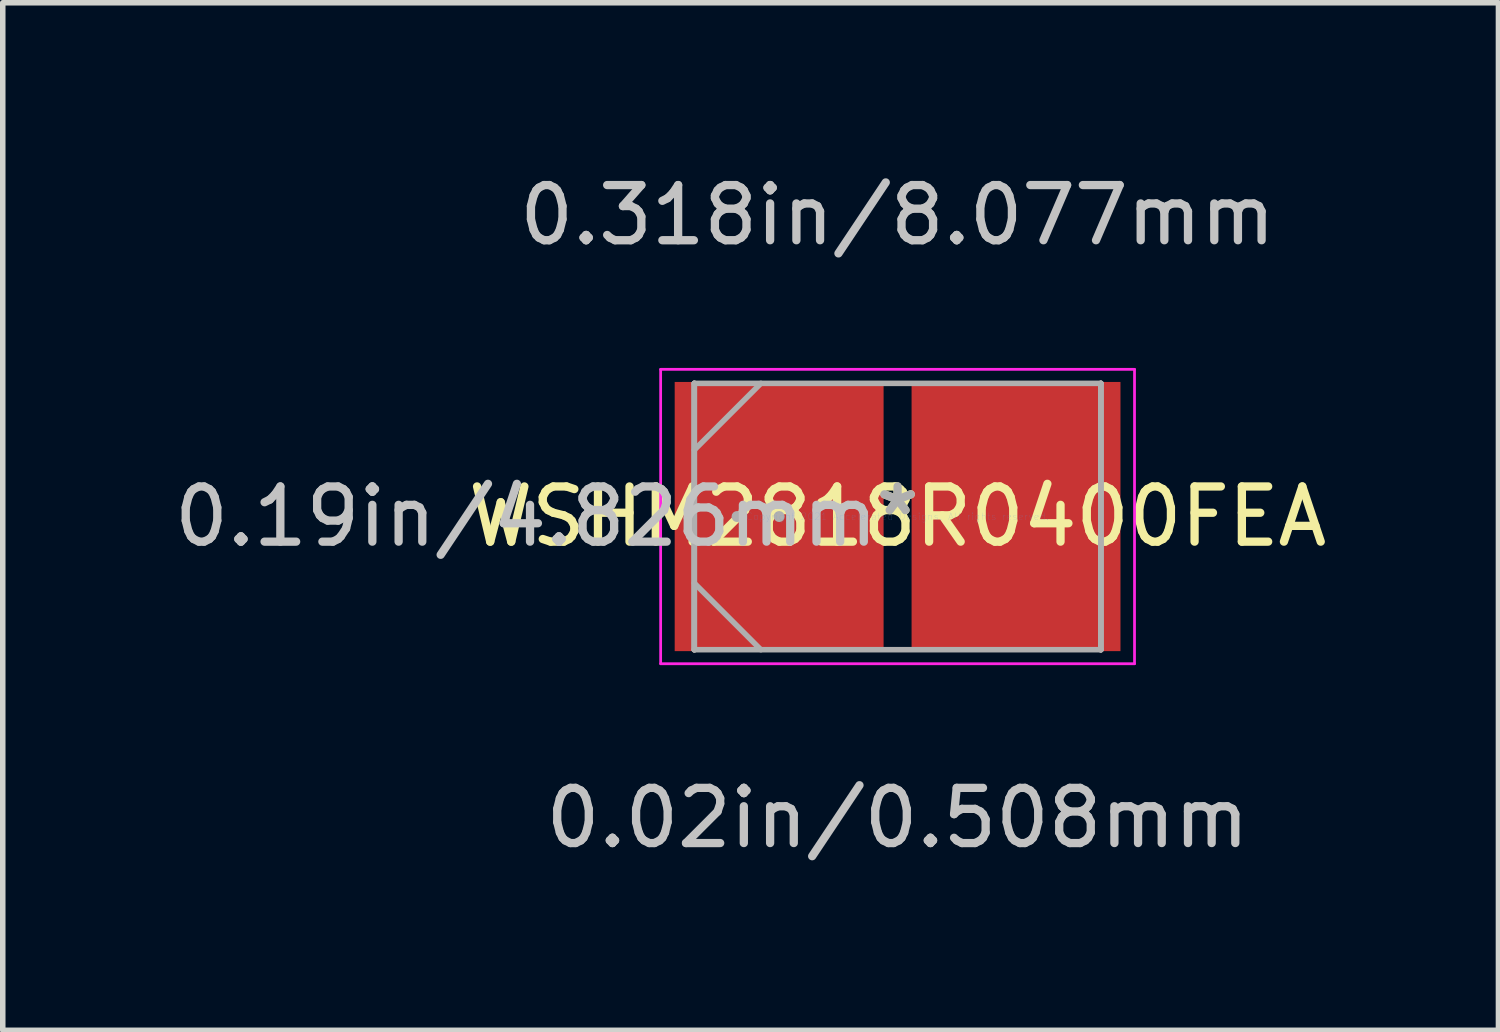
<source format=kicad_pcb>
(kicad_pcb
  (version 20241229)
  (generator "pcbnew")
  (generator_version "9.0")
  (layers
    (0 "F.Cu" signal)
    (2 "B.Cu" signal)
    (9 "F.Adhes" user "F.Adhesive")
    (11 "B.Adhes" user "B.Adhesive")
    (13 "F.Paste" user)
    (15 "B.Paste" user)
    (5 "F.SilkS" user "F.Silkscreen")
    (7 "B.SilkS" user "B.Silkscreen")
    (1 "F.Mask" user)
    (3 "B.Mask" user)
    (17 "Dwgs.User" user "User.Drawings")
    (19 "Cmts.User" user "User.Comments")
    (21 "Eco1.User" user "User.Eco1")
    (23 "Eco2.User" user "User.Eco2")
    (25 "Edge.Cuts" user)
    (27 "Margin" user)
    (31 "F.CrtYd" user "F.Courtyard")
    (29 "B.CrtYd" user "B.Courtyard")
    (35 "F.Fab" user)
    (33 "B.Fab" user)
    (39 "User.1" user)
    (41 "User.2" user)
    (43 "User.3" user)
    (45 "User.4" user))
  (footprint "WSHM2818R0400FEA"
    (layer "F.Cu")
    (at 13.213 6.309)
    (property "Reference" "WSHM2818R0400FEA" (at 0 0 0) (layer "F.SilkS") (effects (font (size 1 1) (thickness 0.15))))
    (attr through_hole)
    (fp_line (start -4.293 -2.667) (end 4.293 -2.667) (stroke (width 0.05) (type solid)) (layer "F.CrtYd"))
    (fp_line (start -4.293 2.667) (end -4.293 -2.667) (stroke (width 0.05) (type solid)) (layer "F.CrtYd"))
    (fp_line (start 4.293 -2.667) (end 4.293 2.667) (stroke (width 0.05) (type solid)) (layer "F.CrtYd"))
    (fp_line (start 4.293 2.667) (end -4.293 2.667) (stroke (width 0.05) (type solid)) (layer "F.CrtYd"))
    (fp_line (start -3.683 -2.413) (end -3.683 -2.413) (stroke (width 0.1) (type solid)) (layer "F.Fab"))
    (fp_line (start -3.683 -2.413) (end -3.683 2.413) (stroke (width 0.1) (type solid)) (layer "F.Fab"))
    (fp_line (start -3.683 -2.413) (end -3.683 2.413) (stroke (width 0.1) (type solid)) (layer "F.Fab"))
    (fp_line (start -3.683 -1.206) (end -2.477 -2.413) (stroke (width 0.1) (type solid)) (layer "F.Fab"))
    (fp_line (start -3.683 1.206) (end -2.477 2.413) (stroke (width 0.1) (type solid)) (layer "F.Fab"))
    (fp_line (start -3.683 2.413) (end -3.683 -2.413) (stroke (width 0.1) (type solid)) (layer "F.Fab"))
    (fp_line (start -3.683 2.413) (end -3.683 2.413) (stroke (width 0.1) (type solid)) (layer "F.Fab"))
    (fp_line (start -3.683 2.413) (end 3.683 2.413) (stroke (width 0.1) (type solid)) (layer "F.Fab"))
    (fp_line (start 3.683 -2.413) (end -3.683 -2.413) (stroke (width 0.1) (type solid)) (layer "F.Fab"))
    (fp_line (start 3.683 -2.413) (end 3.683 -2.413) (stroke (width 0.1) (type solid)) (layer "F.Fab"))
    (fp_line (start 3.683 -2.413) (end 3.683 2.413) (stroke (width 0.1) (type solid)) (layer "F.Fab"))
    (fp_line (start 3.683 2.413) (end 3.683 -2.413) (stroke (width 0.1) (type solid)) (layer "F.Fab"))
    (fp_line (start 3.683 2.413) (end 3.683 -2.413) (stroke (width 0.1) (type solid)) (layer "F.Fab"))
    (fp_line (start 3.683 2.413) (end 3.683 2.413) (stroke (width 0.1) (type solid)) (layer "F.Fab"))
    (fp_circle (center -2.908 0) (end -2.908 0) (stroke (width 0.1) (type solid)) (fill no) (layer "F.Fab"))
    (fp_circle (center -2.146 0) (end -2.146 0) (stroke (width 0.1) (type solid)) (fill no) (layer "F.Fab"))
    (fp_text user "*" (at 0 0 0) (layer "F.SilkS") (effects (font (size 1 1) (thickness 0.15))))
    (fp_text user "0.02in/0.508mm" (at 0 5.461 0) (layer "Dwgs.User") (effects (font (size 1 1) (thickness 0.15))))
    (fp_text user "0.19in/4.826mm" (at -6.731 0 0) (layer "Dwgs.User") (effects (font (size 1 1) (thickness 0.15))))
    (fp_text user "0.318in/8.077mm" (at 0 -5.461 0) (layer "Dwgs.User") (effects (font (size 1 1) (thickness 0.15))))
    (fp_text user "Copyright 2021 Accelerated Designs. All rights reserved." (at 0 0 0) (layer "Cmts.User") (effects (font (size 0.127 0.127) (thickness 0.002))))
    (fp_text user "*" (at 0 0 0) (layer "F.Fab") (effects (font (size 1 1) (thickness 0.15))))
    (pad "1" smd rect (at -2.146 0) (size 3.785 4.877) (layers "F.Cu" "F.Mask" "F.Paste"))
    (pad "2" smd rect (at 2.146 0) (size 3.785 4.877) (layers "F.Cu" "F.Mask" "F.Paste")))
  (gr_rect
    (start -3 -3)
    (end 24.1 15.618)
    (stroke (width 0.1) (type default))
    (fill no)
    (layer "Edge.Cuts")))
</source>
